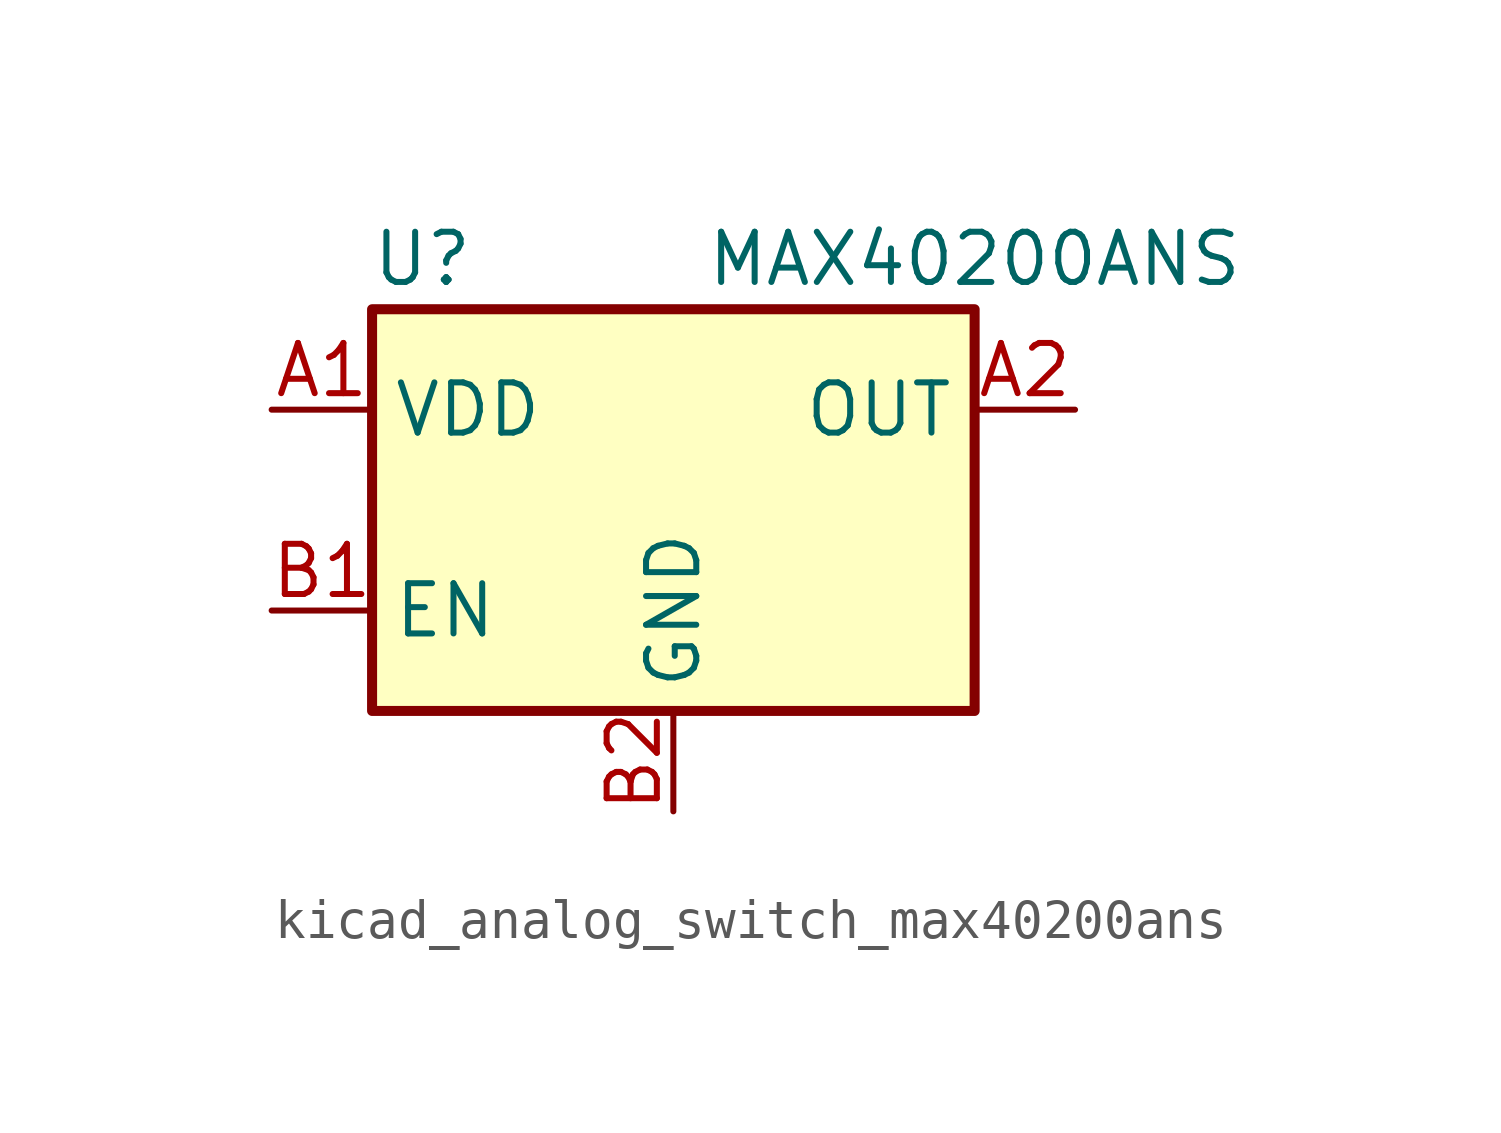
<source format=kicad_sym>
(kicad_symbol_lib
  (version 20220914)
  (generator kicad_symbol_editor)
  (symbol "kicad_analog_switch_max40200ans"
    (property "Reference" "U"
      (at -6.35 6.35 0)
      (effects (font (size 1.27 1.27))))
    (property "Value" "MAX40200ANS"
      (at 7.62 6.35 0)
      (effects (font (size 1.27 1.27))))
    (symbol "kicad_analog_switch_max40200ans_0_1"
      (rectangle (start -7.62 -5.08) (end 7.62 5.08) (stroke (width 0.254) (type default)) (fill (type background))))
    (symbol "kicad_analog_switch_max40200ans_1_1"
      (pin power_in line (at -10.16 2.54 0) (length 2.54) (name "VDD" (effects (font (size 1.27 1.27)))) (number "A1" (effects (font (size 1.27 1.27)))))
      (pin passive line (at 10.16 2.54 180) (length 2.54) (name "OUT" (effects (font (size 1.27 1.27)))) (number "A2" (effects (font (size 1.27 1.27)))))
      (pin input line (at -10.16 -2.54 0) (length 2.54) (name "EN" (effects (font (size 1.27 1.27)))) (number "B1" (effects (font (size 1.27 1.27)))))
      (pin power_in line (at 0 -7.62 90) (length 2.54) (name "GND" (effects (font (size 1.27 1.27)))) (number "B2" (effects (font (size 1.27 1.27))))))))
</source>
